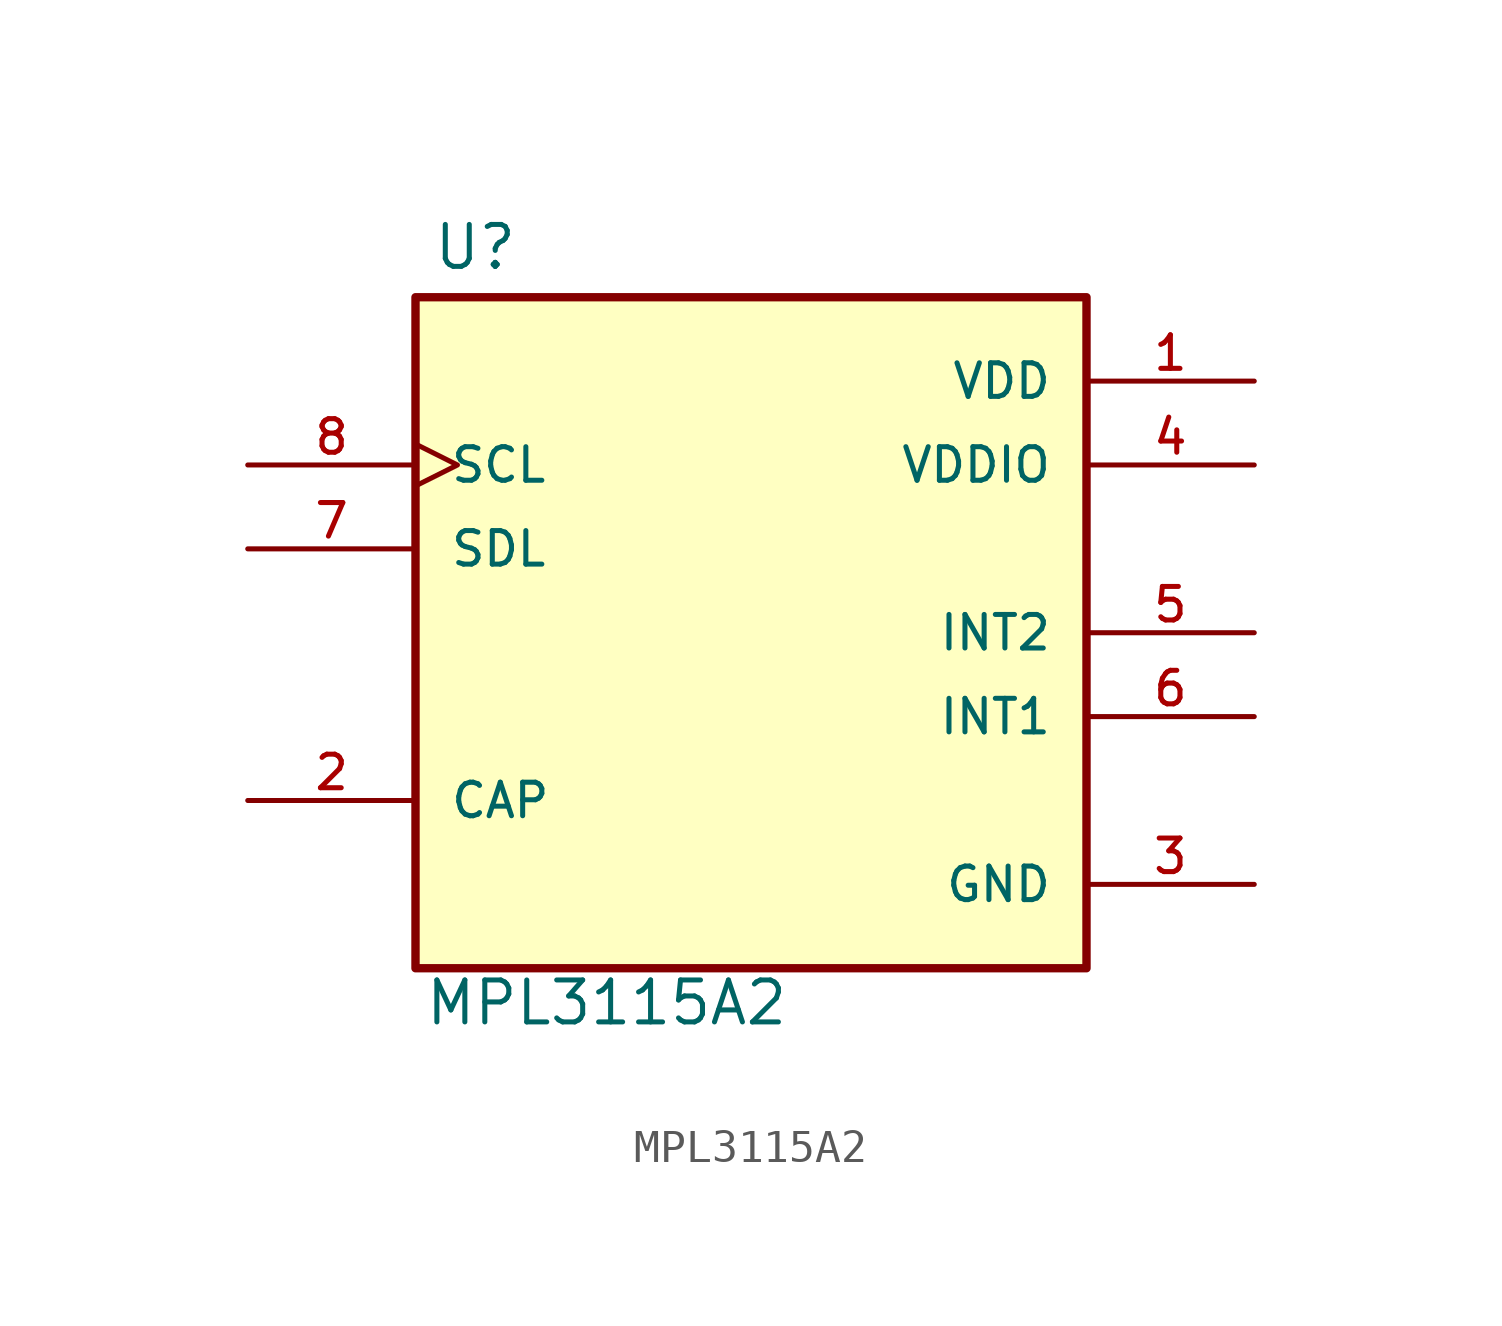
<source format=kicad_sym>
(kicad_symbol_lib
  (version 20211014)
  (generator kicad_symbol_editor)
  (symbol "MPL3115A2"
    (pin_names
      (offset 1.016))
    (property "Reference" "U"
      (at -9.66 10.931 0)
      (effects (font (size 1.27 1.27)) (justify bottom left)))
    (property "Value" "MPL3115A2"
      (at -9.915 -11.949 0)
      (effects (font (size 1.27 1.27)) (justify bottom left)))
    (symbol "MPL3115A2_0_0"
      (rectangle (start -10.16 -10.16) (end 10.16 10.16) (stroke (width 0.254)) (fill (type background)))
      (pin power_in line (at 15.24 7.62 180.0) (length 5.08) (name "VDD" (effects (font (size 1.016 1.016)))) (number "1" (effects (font (size 1.016 1.016)))))
      (pin bidirectional line (at -15.24 -5.08 0) (length 5.08) (name "CAP" (effects (font (size 1.016 1.016)))) (number "2" (effects (font (size 1.016 1.016)))))
      (pin power_in line (at 15.24 -7.62 180.0) (length 5.08) (name "GND" (effects (font (size 1.016 1.016)))) (number "3" (effects (font (size 1.016 1.016)))))
      (pin power_in line (at 15.24 5.08 180.0) (length 5.08) (name "VDDIO" (effects (font (size 1.016 1.016)))) (number "4" (effects (font (size 1.016 1.016)))))
      (pin output line (at 15.24 0.0 180.0) (length 5.08) (name "INT2" (effects (font (size 1.016 1.016)))) (number "5" (effects (font (size 1.016 1.016)))))
      (pin output line (at 15.24 -2.54 180.0) (length 5.08) (name "INT1" (effects (font (size 1.016 1.016)))) (number "6" (effects (font (size 1.016 1.016)))))
      (pin bidirectional line (at -15.24 2.54 0) (length 5.08) (name "SDL" (effects (font (size 1.016 1.016)))) (number "7" (effects (font (size 1.016 1.016)))))
      (pin input clock (at -15.24 5.08 0) (length 5.08) (name "SCL" (effects (font (size 1.016 1.016)))) (number "8" (effects (font (size 1.016 1.016))))))))
</source>
